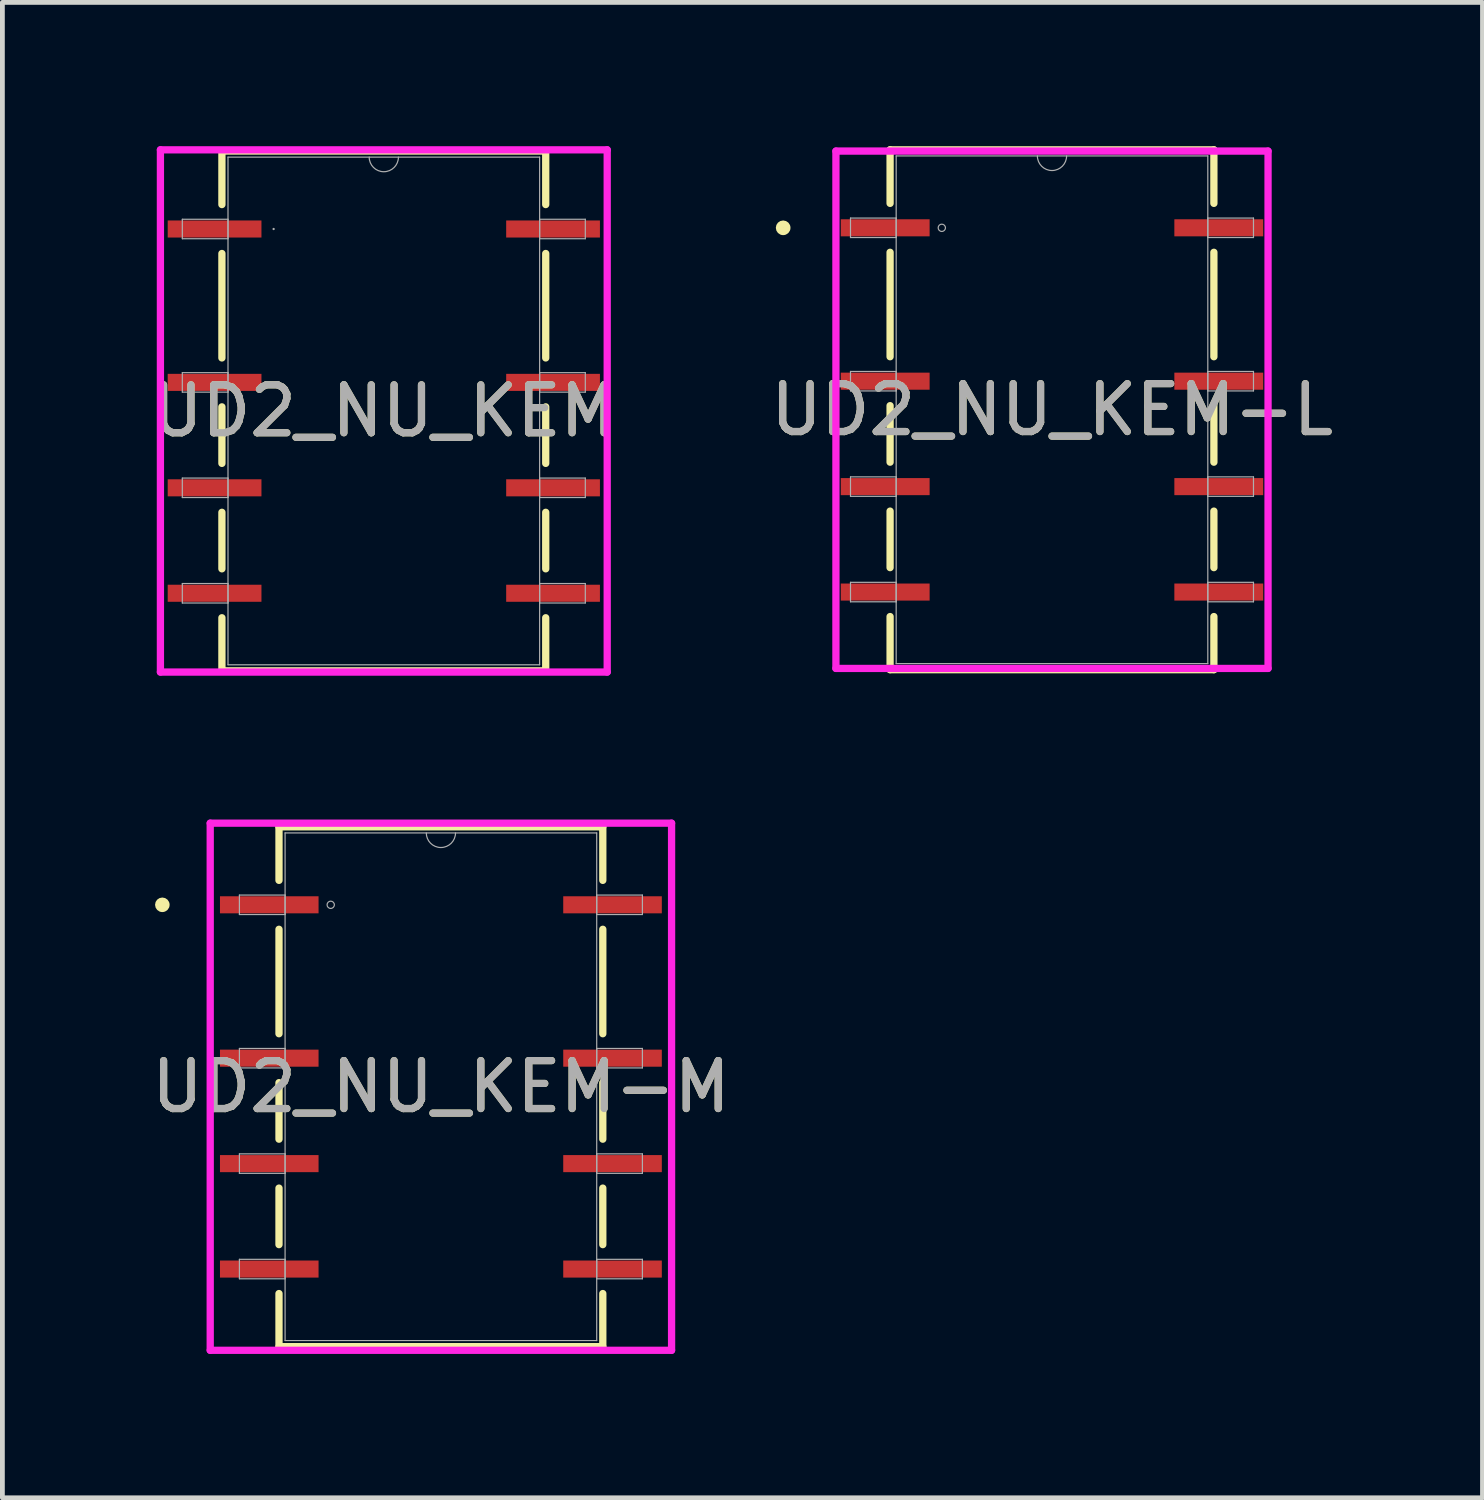
<source format=kicad_pcb>
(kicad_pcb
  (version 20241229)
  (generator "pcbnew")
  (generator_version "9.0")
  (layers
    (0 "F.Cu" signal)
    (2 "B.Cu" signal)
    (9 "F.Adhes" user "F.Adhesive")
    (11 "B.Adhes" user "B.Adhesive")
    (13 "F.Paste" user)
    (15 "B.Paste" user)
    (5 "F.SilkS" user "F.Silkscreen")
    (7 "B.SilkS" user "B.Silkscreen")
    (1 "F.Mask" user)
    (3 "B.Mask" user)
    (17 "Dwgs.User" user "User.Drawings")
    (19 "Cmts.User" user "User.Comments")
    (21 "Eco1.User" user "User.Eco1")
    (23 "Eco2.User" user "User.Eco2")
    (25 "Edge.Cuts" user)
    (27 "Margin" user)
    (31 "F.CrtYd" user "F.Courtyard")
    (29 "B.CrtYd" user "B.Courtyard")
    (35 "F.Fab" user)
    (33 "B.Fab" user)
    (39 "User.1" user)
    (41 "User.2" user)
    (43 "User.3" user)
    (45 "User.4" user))
  (footprint "UD2_NU_KEM-L"
    (layer "F.Cu")
    (at 18.899 5.499)
    (property "Reference" "UD2_NU_KEM-L" (at 0 0 0) (unlocked yes) (layer "F.SilkS") (effects (font (size 1 1) (thickness 0.15))))
    (attr smd)
    (fp_line (start -3.378 -5.423) (end -3.378 -4.306) (stroke (width 0.152) (type solid)) (layer "F.SilkS"))
    (fp_line (start -3.378 -3.285) (end -3.378 -1.106) (stroke (width 0.152) (type solid)) (layer "F.SilkS"))
    (fp_line (start -3.378 -0.085) (end -3.378 1.094) (stroke (width 0.152) (type solid)) (layer "F.SilkS"))
    (fp_line (start -3.378 2.115) (end -3.378 3.294) (stroke (width 0.152) (type solid)) (layer "F.SilkS"))
    (fp_line (start -3.378 4.315) (end -3.378 5.423) (stroke (width 0.152) (type solid)) (layer "F.SilkS"))
    (fp_line (start -3.378 5.423) (end 3.378 5.423) (stroke (width 0.152) (type solid)) (layer "F.SilkS"))
    (fp_line (start 3.378 -5.423) (end -3.378 -5.423) (stroke (width 0.152) (type solid)) (layer "F.SilkS"))
    (fp_line (start 3.378 -4.306) (end 3.378 -5.423) (stroke (width 0.152) (type solid)) (layer "F.SilkS"))
    (fp_line (start 3.378 -1.106) (end 3.378 -3.285) (stroke (width 0.152) (type solid)) (layer "F.SilkS"))
    (fp_line (start 3.378 1.094) (end 3.378 -0.085) (stroke (width 0.152) (type solid)) (layer "F.SilkS"))
    (fp_line (start 3.378 3.294) (end 3.378 2.115) (stroke (width 0.152) (type solid)) (layer "F.SilkS"))
    (fp_line (start 3.378 5.423) (end 3.378 4.315) (stroke (width 0.152) (type solid)) (layer "F.SilkS"))
    (fp_circle (center -5.609 -3.796) (end -5.532 -3.796) (stroke (width 0.152) (type solid)) (fill no) (layer "F.SilkS"))
    (fp_line (start -4.508 -5.397) (end 4.508 -5.397) (stroke (width 0.152) (type solid)) (layer "F.CrtYd"))
    (fp_line (start -4.508 5.397) (end -4.508 -5.397) (stroke (width 0.152) (type solid)) (layer "F.CrtYd"))
    (fp_line (start 4.508 -5.397) (end 4.508 5.397) (stroke (width 0.152) (type solid)) (layer "F.CrtYd"))
    (fp_line (start 4.508 5.397) (end -4.508 5.397) (stroke (width 0.152) (type solid)) (layer "F.CrtYd"))
    (fp_line (start -4.204 -3.999) (end -4.204 -3.593) (stroke (width 0.025) (type solid)) (layer "F.Fab"))
    (fp_line (start -4.204 -3.593) (end -3.251 -3.593) (stroke (width 0.025) (type solid)) (layer "F.Fab"))
    (fp_line (start -4.204 -0.799) (end -4.204 -0.393) (stroke (width 0.025) (type solid)) (layer "F.Fab"))
    (fp_line (start -4.204 -0.393) (end -3.251 -0.393) (stroke (width 0.025) (type solid)) (layer "F.Fab"))
    (fp_line (start -4.204 1.401) (end -4.204 1.807) (stroke (width 0.025) (type solid)) (layer "F.Fab"))
    (fp_line (start -4.204 1.807) (end -3.251 1.807) (stroke (width 0.025) (type solid)) (layer "F.Fab"))
    (fp_line (start -4.204 3.601) (end -4.204 4.007) (stroke (width 0.025) (type solid)) (layer "F.Fab"))
    (fp_line (start -4.204 4.007) (end -3.251 4.007) (stroke (width 0.025) (type solid)) (layer "F.Fab"))
    (fp_line (start -3.251 -5.296) (end -3.251 5.296) (stroke (width 0.025) (type solid)) (layer "F.Fab"))
    (fp_line (start -3.251 -3.999) (end -4.204 -3.999) (stroke (width 0.025) (type solid)) (layer "F.Fab"))
    (fp_line (start -3.251 -3.593) (end -3.251 -3.999) (stroke (width 0.025) (type solid)) (layer "F.Fab"))
    (fp_line (start -3.251 -0.799) (end -4.204 -0.799) (stroke (width 0.025) (type solid)) (layer "F.Fab"))
    (fp_line (start -3.251 -0.393) (end -3.251 -0.799) (stroke (width 0.025) (type solid)) (layer "F.Fab"))
    (fp_line (start -3.251 1.401) (end -4.204 1.401) (stroke (width 0.025) (type solid)) (layer "F.Fab"))
    (fp_line (start -3.251 1.807) (end -3.251 1.401) (stroke (width 0.025) (type solid)) (layer "F.Fab"))
    (fp_line (start -3.251 3.601) (end -4.204 3.601) (stroke (width 0.025) (type solid)) (layer "F.Fab"))
    (fp_line (start -3.251 4.007) (end -3.251 3.601) (stroke (width 0.025) (type solid)) (layer "F.Fab"))
    (fp_line (start -3.251 5.296) (end 3.251 5.296) (stroke (width 0.025) (type solid)) (layer "F.Fab"))
    (fp_line (start 3.251 -5.296) (end -3.251 -5.296) (stroke (width 0.025) (type solid)) (layer "F.Fab"))
    (fp_line (start 3.251 -3.999) (end 3.251 -3.593) (stroke (width 0.025) (type solid)) (layer "F.Fab"))
    (fp_line (start 3.251 -3.593) (end 4.204 -3.593) (stroke (width 0.025) (type solid)) (layer "F.Fab"))
    (fp_line (start 3.251 -0.799) (end 3.251 -0.393) (stroke (width 0.025) (type solid)) (layer "F.Fab"))
    (fp_line (start 3.251 -0.393) (end 4.204 -0.393) (stroke (width 0.025) (type solid)) (layer "F.Fab"))
    (fp_line (start 3.251 1.401) (end 3.251 1.807) (stroke (width 0.025) (type solid)) (layer "F.Fab"))
    (fp_line (start 3.251 1.807) (end 4.204 1.807) (stroke (width 0.025) (type solid)) (layer "F.Fab"))
    (fp_line (start 3.251 3.601) (end 3.251 4.007) (stroke (width 0.025) (type solid)) (layer "F.Fab"))
    (fp_line (start 3.251 4.007) (end 4.204 4.007) (stroke (width 0.025) (type solid)) (layer "F.Fab"))
    (fp_line (start 3.251 5.296) (end 3.251 -5.296) (stroke (width 0.025) (type solid)) (layer "F.Fab"))
    (fp_line (start 4.204 -3.999) (end 3.251 -3.999) (stroke (width 0.025) (type solid)) (layer "F.Fab"))
    (fp_line (start 4.204 -3.593) (end 4.204 -3.999) (stroke (width 0.025) (type solid)) (layer "F.Fab"))
    (fp_line (start 4.204 -0.799) (end 3.251 -0.799) (stroke (width 0.025) (type solid)) (layer "F.Fab"))
    (fp_line (start 4.204 -0.393) (end 4.204 -0.799) (stroke (width 0.025) (type solid)) (layer "F.Fab"))
    (fp_line (start 4.204 1.401) (end 3.251 1.401) (stroke (width 0.025) (type solid)) (layer "F.Fab"))
    (fp_line (start 4.204 1.807) (end 4.204 1.401) (stroke (width 0.025) (type solid)) (layer "F.Fab"))
    (fp_line (start 4.204 3.601) (end 3.251 3.601) (stroke (width 0.025) (type solid)) (layer "F.Fab"))
    (fp_line (start 4.204 4.007) (end 4.204 3.601) (stroke (width 0.025) (type solid)) (layer "F.Fab"))
    (fp_arc (start 0.3048 -5.2959) (mid 0 -4.9911) (end -0.3048 -5.2959) (stroke (width 0.0254) (type solid)) (layer "F.Fab"))
    (fp_circle (center -2.299 -3.796) (end -2.223 -3.796) (stroke (width 0.025) (type solid)) (fill no) (layer "F.Fab"))
    (fp_text user "${REFERENCE}" (at 0 0 0) (unlocked yes) (layer "F.Fab") (effects (font (size 1 1) (thickness 0.15))))
    (pad "1" smd rect (at -3.48 -3.796) (size 1.854 0.356) (layers "F.Cu" "F.Mask" "F.Paste"))
    (pad "2" smd rect (at -3.48 -0.596) (size 1.854 0.356) (layers "F.Cu" "F.Mask" "F.Paste"))
    (pad "3" smd rect (at -3.48 1.604) (size 1.854 0.356) (layers "F.Cu" "F.Mask" "F.Paste"))
    (pad "4" smd rect (at -3.48 3.804) (size 1.854 0.356) (layers "F.Cu" "F.Mask" "F.Paste"))
    (pad "5" smd rect (at 3.48 3.804) (size 1.854 0.356) (layers "F.Cu" "F.Mask" "F.Paste"))
    (pad "6" smd rect (at 3.48 1.604) (size 1.854 0.356) (layers "F.Cu" "F.Mask" "F.Paste"))
    (pad "7" smd rect (at 3.48 -0.596) (size 1.854 0.356) (layers "F.Cu" "F.Mask" "F.Paste"))
    (pad "8" smd rect (at 3.48 -3.796) (size 1.854 0.356) (layers "F.Cu" "F.Mask" "F.Paste")))
  (footprint "UD2_NU_KEM"
    (layer "F.Cu")
    (at 4.958 5.524)
    (property "Reference" "UD2_NU_KEM" (at 0 0 0) (unlocked yes) (layer "F.SilkS") (effects (font (size 1 1) (thickness 0.15))))
    (attr smd)
    (fp_line (start -3.378 -5.423) (end -3.378 -4.306) (stroke (width 0.152) (type solid)) (layer "F.SilkS"))
    (fp_line (start -3.378 -3.285) (end -3.378 -1.106) (stroke (width 0.152) (type solid)) (layer "F.SilkS"))
    (fp_line (start -3.378 -0.085) (end -3.378 1.094) (stroke (width 0.152) (type solid)) (layer "F.SilkS"))
    (fp_line (start -3.378 2.115) (end -3.378 3.294) (stroke (width 0.152) (type solid)) (layer "F.SilkS"))
    (fp_line (start -3.378 4.315) (end -3.378 5.423) (stroke (width 0.152) (type solid)) (layer "F.SilkS"))
    (fp_line (start -3.378 5.423) (end 3.378 5.423) (stroke (width 0.152) (type solid)) (layer "F.SilkS"))
    (fp_line (start 3.378 -5.423) (end -3.378 -5.423) (stroke (width 0.152) (type solid)) (layer "F.SilkS"))
    (fp_line (start 3.378 -4.306) (end 3.378 -5.423) (stroke (width 0.152) (type solid)) (layer "F.SilkS"))
    (fp_line (start 3.378 -1.106) (end 3.378 -3.285) (stroke (width 0.152) (type solid)) (layer "F.SilkS"))
    (fp_line (start 3.378 1.094) (end 3.378 -0.085) (stroke (width 0.152) (type solid)) (layer "F.SilkS"))
    (fp_line (start 3.378 3.294) (end 3.378 2.115) (stroke (width 0.152) (type solid)) (layer "F.SilkS"))
    (fp_line (start 3.378 5.423) (end 3.378 4.315) (stroke (width 0.152) (type solid)) (layer "F.SilkS"))
    (fp_line (start -4.661 -5.448) (end 4.661 -5.448) (stroke (width 0.152) (type solid)) (layer "F.CrtYd"))
    (fp_line (start -4.661 5.448) (end -4.661 -5.448) (stroke (width 0.152) (type solid)) (layer "F.CrtYd"))
    (fp_line (start 4.661 -5.448) (end 4.661 5.448) (stroke (width 0.152) (type solid)) (layer "F.CrtYd"))
    (fp_line (start 4.661 5.448) (end -4.661 5.448) (stroke (width 0.152) (type solid)) (layer "F.CrtYd"))
    (fp_line (start -4.204 -3.999) (end -4.204 -3.593) (stroke (width 0.025) (type solid)) (layer "F.Fab"))
    (fp_line (start -4.204 -3.593) (end -3.251 -3.593) (stroke (width 0.025) (type solid)) (layer "F.Fab"))
    (fp_line (start -4.204 -0.799) (end -4.204 -0.393) (stroke (width 0.025) (type solid)) (layer "F.Fab"))
    (fp_line (start -4.204 -0.393) (end -3.251 -0.393) (stroke (width 0.025) (type solid)) (layer "F.Fab"))
    (fp_line (start -4.204 1.401) (end -4.204 1.807) (stroke (width 0.025) (type solid)) (layer "F.Fab"))
    (fp_line (start -4.204 1.807) (end -3.251 1.807) (stroke (width 0.025) (type solid)) (layer "F.Fab"))
    (fp_line (start -4.204 3.601) (end -4.204 4.007) (stroke (width 0.025) (type solid)) (layer "F.Fab"))
    (fp_line (start -4.204 4.007) (end -3.251 4.007) (stroke (width 0.025) (type solid)) (layer "F.Fab"))
    (fp_line (start -3.251 -5.296) (end -3.251 5.296) (stroke (width 0.025) (type solid)) (layer "F.Fab"))
    (fp_line (start -3.251 -3.999) (end -4.204 -3.999) (stroke (width 0.025) (type solid)) (layer "F.Fab"))
    (fp_line (start -3.251 -3.593) (end -3.251 -3.999) (stroke (width 0.025) (type solid)) (layer "F.Fab"))
    (fp_line (start -3.251 -0.799) (end -4.204 -0.799) (stroke (width 0.025) (type solid)) (layer "F.Fab"))
    (fp_line (start -3.251 -0.393) (end -3.251 -0.799) (stroke (width 0.025) (type solid)) (layer "F.Fab"))
    (fp_line (start -3.251 1.401) (end -4.204 1.401) (stroke (width 0.025) (type solid)) (layer "F.Fab"))
    (fp_line (start -3.251 1.807) (end -3.251 1.401) (stroke (width 0.025) (type solid)) (layer "F.Fab"))
    (fp_line (start -3.251 3.601) (end -4.204 3.601) (stroke (width 0.025) (type solid)) (layer "F.Fab"))
    (fp_line (start -3.251 4.007) (end -3.251 3.601) (stroke (width 0.025) (type solid)) (layer "F.Fab"))
    (fp_line (start -3.251 5.296) (end 3.251 5.296) (stroke (width 0.025) (type solid)) (layer "F.Fab"))
    (fp_line (start 3.251 -5.296) (end -3.251 -5.296) (stroke (width 0.025) (type solid)) (layer "F.Fab"))
    (fp_line (start 3.251 -3.999) (end 3.251 -3.593) (stroke (width 0.025) (type solid)) (layer "F.Fab"))
    (fp_line (start 3.251 -3.593) (end 4.204 -3.593) (stroke (width 0.025) (type solid)) (layer "F.Fab"))
    (fp_line (start 3.251 -0.799) (end 3.251 -0.393) (stroke (width 0.025) (type solid)) (layer "F.Fab"))
    (fp_line (start 3.251 -0.393) (end 4.204 -0.393) (stroke (width 0.025) (type solid)) (layer "F.Fab"))
    (fp_line (start 3.251 1.401) (end 3.251 1.807) (stroke (width 0.025) (type solid)) (layer "F.Fab"))
    (fp_line (start 3.251 1.807) (end 4.204 1.807) (stroke (width 0.025) (type solid)) (layer "F.Fab"))
    (fp_line (start 3.251 3.601) (end 3.251 4.007) (stroke (width 0.025) (type solid)) (layer "F.Fab"))
    (fp_line (start 3.251 4.007) (end 4.204 4.007) (stroke (width 0.025) (type solid)) (layer "F.Fab"))
    (fp_line (start 3.251 5.296) (end 3.251 -5.296) (stroke (width 0.025) (type solid)) (layer "F.Fab"))
    (fp_line (start 4.204 -3.999) (end 3.251 -3.999) (stroke (width 0.025) (type solid)) (layer "F.Fab"))
    (fp_line (start 4.204 -3.593) (end 4.204 -3.999) (stroke (width 0.025) (type solid)) (layer "F.Fab"))
    (fp_line (start 4.204 -0.799) (end 3.251 -0.799) (stroke (width 0.025) (type solid)) (layer "F.Fab"))
    (fp_line (start 4.204 -0.393) (end 4.204 -0.799) (stroke (width 0.025) (type solid)) (layer "F.Fab"))
    (fp_line (start 4.204 1.401) (end 3.251 1.401) (stroke (width 0.025) (type solid)) (layer "F.Fab"))
    (fp_line (start 4.204 1.807) (end 4.204 1.401) (stroke (width 0.025) (type solid)) (layer "F.Fab"))
    (fp_line (start 4.204 3.601) (end 3.251 3.601) (stroke (width 0.025) (type solid)) (layer "F.Fab"))
    (fp_line (start 4.204 4.007) (end 4.204 3.601) (stroke (width 0.025) (type solid)) (layer "F.Fab"))
    (fp_arc (start 0.3048 -5.2959) (mid 0 -4.9911) (end -0.3048 -5.2959) (stroke (width 0.0254) (type solid)) (layer "F.Fab"))
    (fp_circle (center -2.299 -3.796) (end -2.299 -3.796) (stroke (width 0.025) (type solid)) (fill no) (layer "F.Fab"))
    (fp_text user "${REFERENCE}" (at 0 0 0) (unlocked yes) (layer "F.Fab") (effects (font (size 1 1) (thickness 0.15))))
    (pad "1" smd rect (at -3.531 -3.796) (size 1.956 0.356) (layers "F.Cu" "F.Mask" "F.Paste"))
    (pad "2" smd rect (at -3.531 -0.596) (size 1.956 0.356) (layers "F.Cu" "F.Mask" "F.Paste"))
    (pad "3" smd rect (at -3.531 1.604) (size 1.956 0.356) (layers "F.Cu" "F.Mask" "F.Paste"))
    (pad "4" smd rect (at -3.531 3.804) (size 1.956 0.356) (layers "F.Cu" "F.Mask" "F.Paste"))
    (pad "5" smd rect (at 3.531 3.804) (size 1.956 0.356) (layers "F.Cu" "F.Mask" "F.Paste"))
    (pad "6" smd rect (at 3.531 1.604) (size 1.956 0.356) (layers "F.Cu" "F.Mask" "F.Paste"))
    (pad "7" smd rect (at 3.531 -0.596) (size 1.956 0.356) (layers "F.Cu" "F.Mask" "F.Paste"))
    (pad "8" smd rect (at 3.531 -3.796) (size 1.956 0.356) (layers "F.Cu" "F.Mask" "F.Paste")))
  (footprint "UD2_NU_KEM-M"
    (layer "F.Cu")
    (at 6.149 19.624)
    (property "Reference" "UD2_NU_KEM-M" (at 0 0 0) (unlocked yes) (layer "F.SilkS") (effects (font (size 1 1) (thickness 0.15))))
    (attr smd)
    (fp_line (start -3.378 -5.423) (end -3.378 -4.306) (stroke (width 0.152) (type solid)) (layer "F.SilkS"))
    (fp_line (start -3.378 -3.285) (end -3.378 -1.106) (stroke (width 0.152) (type solid)) (layer "F.SilkS"))
    (fp_line (start -3.378 -0.085) (end -3.378 1.094) (stroke (width 0.152) (type solid)) (layer "F.SilkS"))
    (fp_line (start -3.378 2.115) (end -3.378 3.294) (stroke (width 0.152) (type solid)) (layer "F.SilkS"))
    (fp_line (start -3.378 4.315) (end -3.378 5.423) (stroke (width 0.152) (type solid)) (layer "F.SilkS"))
    (fp_line (start -3.378 5.423) (end 3.378 5.423) (stroke (width 0.152) (type solid)) (layer "F.SilkS"))
    (fp_line (start 3.378 -5.423) (end -3.378 -5.423) (stroke (width 0.152) (type solid)) (layer "F.SilkS"))
    (fp_line (start 3.378 -4.306) (end 3.378 -5.423) (stroke (width 0.152) (type solid)) (layer "F.SilkS"))
    (fp_line (start 3.378 -1.106) (end 3.378 -3.285) (stroke (width 0.152) (type solid)) (layer "F.SilkS"))
    (fp_line (start 3.378 1.094) (end 3.378 -0.085) (stroke (width 0.152) (type solid)) (layer "F.SilkS"))
    (fp_line (start 3.378 3.294) (end 3.378 2.115) (stroke (width 0.152) (type solid)) (layer "F.SilkS"))
    (fp_line (start 3.378 5.423) (end 3.378 4.315) (stroke (width 0.152) (type solid)) (layer "F.SilkS"))
    (fp_circle (center -5.812 -3.796) (end -5.736 -3.796) (stroke (width 0.152) (type solid)) (fill no) (layer "F.SilkS"))
    (fp_line (start -4.813 -5.499) (end 4.813 -5.499) (stroke (width 0.152) (type solid)) (layer "F.CrtYd"))
    (fp_line (start -4.813 5.499) (end -4.813 -5.499) (stroke (width 0.152) (type solid)) (layer "F.CrtYd"))
    (fp_line (start 4.813 -5.499) (end 4.813 5.499) (stroke (width 0.152) (type solid)) (layer "F.CrtYd"))
    (fp_line (start 4.813 5.499) (end -4.813 5.499) (stroke (width 0.152) (type solid)) (layer "F.CrtYd"))
    (fp_line (start -4.204 -3.999) (end -4.204 -3.593) (stroke (width 0.025) (type solid)) (layer "F.Fab"))
    (fp_line (start -4.204 -3.593) (end -3.251 -3.593) (stroke (width 0.025) (type solid)) (layer "F.Fab"))
    (fp_line (start -4.204 -0.799) (end -4.204 -0.393) (stroke (width 0.025) (type solid)) (layer "F.Fab"))
    (fp_line (start -4.204 -0.393) (end -3.251 -0.393) (stroke (width 0.025) (type solid)) (layer "F.Fab"))
    (fp_line (start -4.204 1.401) (end -4.204 1.807) (stroke (width 0.025) (type solid)) (layer "F.Fab"))
    (fp_line (start -4.204 1.807) (end -3.251 1.807) (stroke (width 0.025) (type solid)) (layer "F.Fab"))
    (fp_line (start -4.204 3.601) (end -4.204 4.007) (stroke (width 0.025) (type solid)) (layer "F.Fab"))
    (fp_line (start -4.204 4.007) (end -3.251 4.007) (stroke (width 0.025) (type solid)) (layer "F.Fab"))
    (fp_line (start -3.251 -5.296) (end -3.251 5.296) (stroke (width 0.025) (type solid)) (layer "F.Fab"))
    (fp_line (start -3.251 -3.999) (end -4.204 -3.999) (stroke (width 0.025) (type solid)) (layer "F.Fab"))
    (fp_line (start -3.251 -3.593) (end -3.251 -3.999) (stroke (width 0.025) (type solid)) (layer "F.Fab"))
    (fp_line (start -3.251 -0.799) (end -4.204 -0.799) (stroke (width 0.025) (type solid)) (layer "F.Fab"))
    (fp_line (start -3.251 -0.393) (end -3.251 -0.799) (stroke (width 0.025) (type solid)) (layer "F.Fab"))
    (fp_line (start -3.251 1.401) (end -4.204 1.401) (stroke (width 0.025) (type solid)) (layer "F.Fab"))
    (fp_line (start -3.251 1.807) (end -3.251 1.401) (stroke (width 0.025) (type solid)) (layer "F.Fab"))
    (fp_line (start -3.251 3.601) (end -4.204 3.601) (stroke (width 0.025) (type solid)) (layer "F.Fab"))
    (fp_line (start -3.251 4.007) (end -3.251 3.601) (stroke (width 0.025) (type solid)) (layer "F.Fab"))
    (fp_line (start -3.251 5.296) (end 3.251 5.296) (stroke (width 0.025) (type solid)) (layer "F.Fab"))
    (fp_line (start 3.251 -5.296) (end -3.251 -5.296) (stroke (width 0.025) (type solid)) (layer "F.Fab"))
    (fp_line (start 3.251 -3.999) (end 3.251 -3.593) (stroke (width 0.025) (type solid)) (layer "F.Fab"))
    (fp_line (start 3.251 -3.593) (end 4.204 -3.593) (stroke (width 0.025) (type solid)) (layer "F.Fab"))
    (fp_line (start 3.251 -0.799) (end 3.251 -0.393) (stroke (width 0.025) (type solid)) (layer "F.Fab"))
    (fp_line (start 3.251 -0.393) (end 4.204 -0.393) (stroke (width 0.025) (type solid)) (layer "F.Fab"))
    (fp_line (start 3.251 1.401) (end 3.251 1.807) (stroke (width 0.025) (type solid)) (layer "F.Fab"))
    (fp_line (start 3.251 1.807) (end 4.204 1.807) (stroke (width 0.025) (type solid)) (layer "F.Fab"))
    (fp_line (start 3.251 3.601) (end 3.251 4.007) (stroke (width 0.025) (type solid)) (layer "F.Fab"))
    (fp_line (start 3.251 4.007) (end 4.204 4.007) (stroke (width 0.025) (type solid)) (layer "F.Fab"))
    (fp_line (start 3.251 5.296) (end 3.251 -5.296) (stroke (width 0.025) (type solid)) (layer "F.Fab"))
    (fp_line (start 4.204 -3.999) (end 3.251 -3.999) (stroke (width 0.025) (type solid)) (layer "F.Fab"))
    (fp_line (start 4.204 -3.593) (end 4.204 -3.999) (stroke (width 0.025) (type solid)) (layer "F.Fab"))
    (fp_line (start 4.204 -0.799) (end 3.251 -0.799) (stroke (width 0.025) (type solid)) (layer "F.Fab"))
    (fp_line (start 4.204 -0.393) (end 4.204 -0.799) (stroke (width 0.025) (type solid)) (layer "F.Fab"))
    (fp_line (start 4.204 1.401) (end 3.251 1.401) (stroke (width 0.025) (type solid)) (layer "F.Fab"))
    (fp_line (start 4.204 1.807) (end 4.204 1.401) (stroke (width 0.025) (type solid)) (layer "F.Fab"))
    (fp_line (start 4.204 3.601) (end 3.251 3.601) (stroke (width 0.025) (type solid)) (layer "F.Fab"))
    (fp_line (start 4.204 4.007) (end 4.204 3.601) (stroke (width 0.025) (type solid)) (layer "F.Fab"))
    (fp_arc (start 0.3048 -5.2959) (mid 0 -4.9911) (end -0.3048 -5.2959) (stroke (width 0.0254) (type solid)) (layer "F.Fab"))
    (fp_circle (center -2.299 -3.796) (end -2.223 -3.796) (stroke (width 0.025) (type solid)) (fill no) (layer "F.Fab"))
    (fp_text user "${REFERENCE}" (at 0 0 0) (unlocked yes) (layer "F.Fab") (effects (font (size 1 1) (thickness 0.15))))
    (pad "1" smd rect (at -3.581 -3.796) (size 2.057 0.356) (layers "F.Cu" "F.Mask" "F.Paste"))
    (pad "2" smd rect (at -3.581 -0.596) (size 2.057 0.356) (layers "F.Cu" "F.Mask" "F.Paste"))
    (pad "3" smd rect (at -3.581 1.604) (size 2.057 0.356) (layers "F.Cu" "F.Mask" "F.Paste"))
    (pad "4" smd rect (at -3.581 3.804) (size 2.057 0.356) (layers "F.Cu" "F.Mask" "F.Paste"))
    (pad "5" smd rect (at 3.581 3.804) (size 2.057 0.356) (layers "F.Cu" "F.Mask" "F.Paste"))
    (pad "6" smd rect (at 3.581 1.604) (size 2.057 0.356) (layers "F.Cu" "F.Mask" "F.Paste"))
    (pad "7" smd rect (at 3.581 -0.596) (size 2.057 0.356) (layers "F.Cu" "F.Mask" "F.Paste"))
    (pad "8" smd rect (at 3.581 -3.796) (size 2.057 0.356) (layers "F.Cu" "F.Mask" "F.Paste")))
  (gr_rect
    (start -3 -3)
    (end 27.881 28.2)
    (stroke (width 0.1) (type default))
    (fill no)
    (layer "Edge.Cuts")))
</source>
